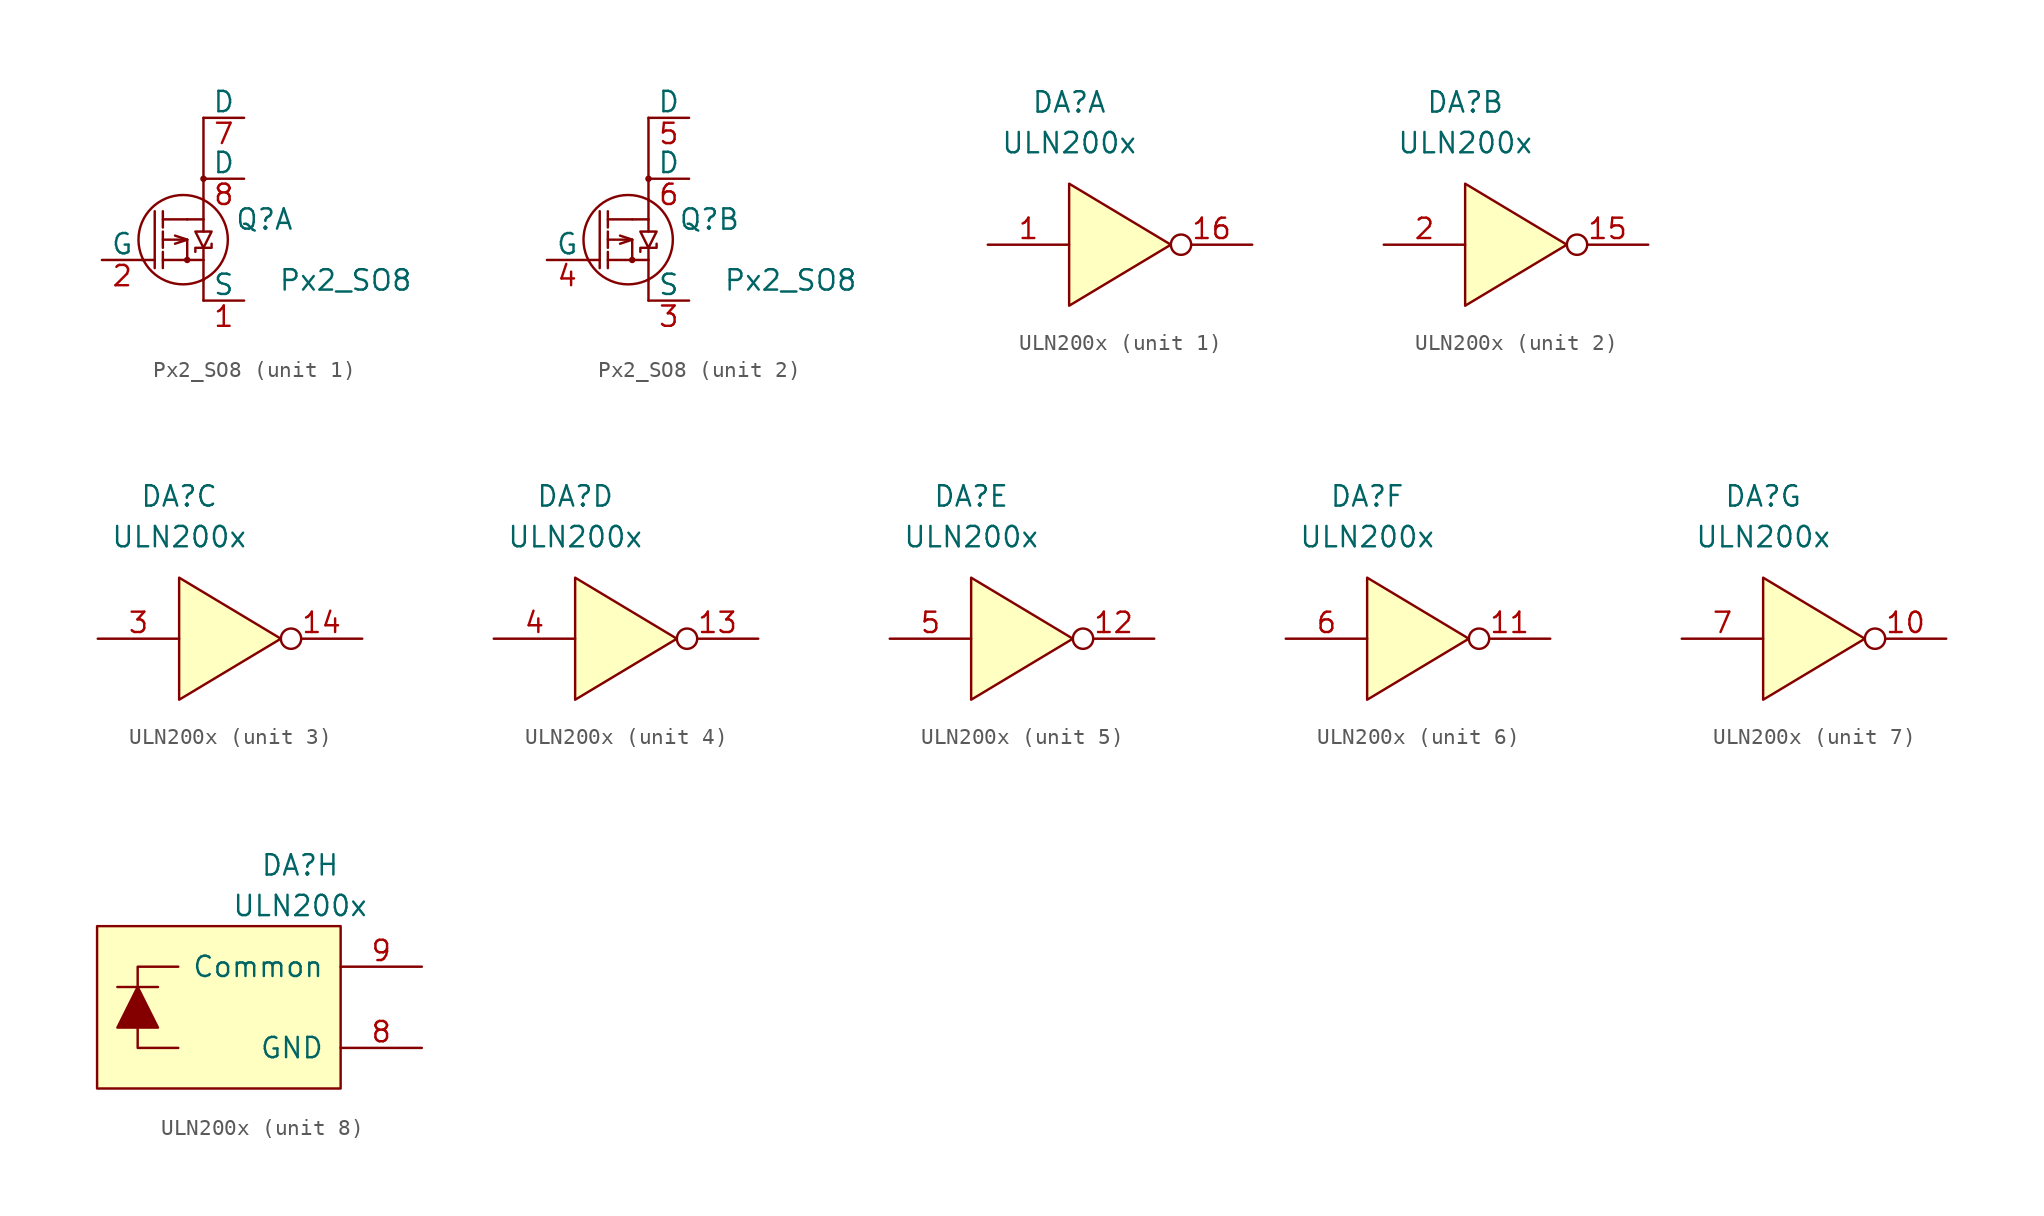
<source format=kicad_sym>
(kicad_symbol_lib
  (version 20211014)
  (generator kicad_symbol_editor)
  (symbol "Px2_SO8"
    (pin_names
      (offset 0))
    (property "Reference" "Q"
      (at 5.08 1.27 0)
      (effects (font (size 1.27 1.27))))
    (property "Value" "Px2_SO8"
      (at 10.16 -2.54 0)
      (effects (font (size 1.27 1.27))))
    (symbol "Px2_SO8_0_1"
      (polyline (pts (xy -1.778 -1.778) (xy -1.778 1.778)) (stroke (width 0) (type default) (color 0 0 0 0)) (fill (type none)))
      (polyline (pts (xy 0.254 0) (xy 0.254 -1.27)) (stroke (width 0) (type default) (color 0 0 0 0)) (fill (type none)))
      (polyline (pts (xy 1.27 -2.54) (xy 1.27 -3.81)) (stroke (width 0) (type default) (color 0 0 0 0)) (fill (type none)))
      (polyline (pts (xy 1.27 1.27) (xy 0.254 1.27)) (stroke (width 0) (type default) (color 0 0 0 0)) (fill (type none)))
      (polyline (pts (xy 1.27 2.54) (xy 1.27 7.62)) (stroke (width 0) (type default) (color 0 0 0 0)) (fill (type none)))
      (polyline (pts (xy -2.54 -1.27) (xy -1.778 -1.27) (xy -1.778 -1.27)) (stroke (width 0) (type default) (color 0 0 0 0)) (fill (type none)))
      (polyline (pts (xy -1.27 -1.778) (xy -1.27 -0.762) (xy -1.27 -0.762)) (stroke (width 0) (type default) (color 0 0 0 0)) (fill (type none)))
      (polyline (pts (xy -1.27 -1.27) (xy 0.254 -1.27) (xy 0.254 -1.27)) (stroke (width 0) (type default) (color 0 0 0 0)) (fill (type none)))
      (polyline (pts (xy -1.27 -0.508) (xy -1.27 0.508) (xy -1.27 0.508)) (stroke (width 0) (type default) (color 0 0 0 0)) (fill (type none)))
      (polyline (pts (xy -1.27 0) (xy 0.254 0) (xy 0.254 0)) (stroke (width 0) (type default) (color 0 0 0 0)) (fill (type none)))
      (polyline (pts (xy -1.27 0.762) (xy -1.27 1.778) (xy -1.27 1.778)) (stroke (width 0) (type default) (color 0 0 0 0)) (fill (type none)))
      (polyline (pts (xy -1.27 1.27) (xy 0.254 1.27) (xy 0.254 1.27)) (stroke (width 0) (type default) (color 0 0 0 0)) (fill (type none)))
      (polyline (pts (xy 0.254 -1.27) (xy 1.27 -1.27) (xy 1.27 -1.27)) (stroke (width 0) (type default) (color 0 0 0 0)) (fill (type none)))
      (polyline (pts (xy 1.27 -2.54) (xy 1.27 -1.27) (xy 1.27 -1.27)) (stroke (width 0) (type default) (color 0 0 0 0)) (fill (type none)))
      (polyline (pts (xy 1.27 -0.508) (xy 1.27 -1.27) (xy 1.27 -1.27)) (stroke (width 0) (type default) (color 0 0 0 0)) (fill (type none)))
      (polyline (pts (xy 1.27 1.27) (xy 1.27 0.508) (xy 1.27 0.508)) (stroke (width 0) (type default) (color 0 0 0 0)) (fill (type none)))
      (polyline (pts (xy 1.27 1.27) (xy 1.27 2.54) (xy 1.27 2.54)) (stroke (width 0) (type default) (color 0 0 0 0)) (fill (type none)))
      (polyline (pts (xy -0.508 -0.254) (xy 0.254 0) (xy -0.508 0.254) (xy -0.508 0.254)) (stroke (width 0) (type default) (color 0 0 0 0)) (fill (type none)))
      (polyline (pts (xy 0.762 -0.762) (xy 0.762 -0.508) (xy 1.778 -0.508) (xy 1.778 -0.254) (xy 1.778 -0.254)) (stroke (width 0) (type default) (color 0 0 0 0)) (fill (type none)))
      (polyline (pts (xy 0.762 0.508) (xy 1.778 0.508) (xy 1.27 -0.508) (xy 0.762 0.508) (xy 0.762 0.508)) (stroke (width 0) (type default) (color 0 0 0 0)) (fill (type none)))
      (circle (center 0 0) (radius 2.794) (stroke (width 0) (type default) (color 0 0 0 0)) (fill (type none)))
      (circle (center 0.254 -1.27) (radius 0.127) (stroke (width 0) (type default) (color 0 0 0 0)) (fill (type none)))
      (circle (center 1.27 3.81) (radius 0.127) (stroke (width 0) (type default) (color 0 0 0 0)) (fill (type none))))
    (symbol "Px2_SO8_1_1"
      (pin passive line (at 3.81 -3.81 180) (length 2.54) (name "S" (effects (font (size 1.27 1.27)))) (number "1" (effects (font (size 1.27 1.27)))))
      (pin passive line (at -5.08 -1.27 0) (length 2.54) (name "G" (effects (font (size 1.27 1.27)))) (number "2" (effects (font (size 1.27 1.27)))))
      (pin passive line (at 3.81 7.62 180) (length 2.54) (name "D" (effects (font (size 1.27 1.27)))) (number "7" (effects (font (size 1.27 1.27)))))
      (pin passive line (at 3.81 3.81 180) (length 2.54) (name "D" (effects (font (size 1.27 1.27)))) (number "8" (effects (font (size 1.27 1.27))))))
    (symbol "Px2_SO8_2_1"
      (pin passive line (at 3.81 -3.81 180) (length 2.54) (name "S" (effects (font (size 1.27 1.27)))) (number "3" (effects (font (size 1.27 1.27)))))
      (pin passive line (at -5.08 -1.27 0) (length 2.54) (name "G" (effects (font (size 1.27 1.27)))) (number "4" (effects (font (size 1.27 1.27)))))
      (pin passive line (at 3.81 7.62 180) (length 2.54) (name "D" (effects (font (size 1.27 1.27)))) (number "5" (effects (font (size 1.27 1.27)))))
      (pin passive line (at 3.81 3.81 180) (length 2.54) (name "D" (effects (font (size 1.27 1.27)))) (number "6" (effects (font (size 1.27 1.27)))))))
  (symbol "ULN200x"
    (pin_names
      (offset 1.016))
    (property "Reference" "DA"
      (at 0 8.89 0)
      (effects (font (size 1.27 1.27))))
    (property "Value" "ULN200x"
      (at 0 6.35 0)
      (effects (font (size 1.27 1.27))))
    (symbol "ULN200x_1_1"
      (polyline (pts (xy 0 0) (xy 0 3.81) (xy 6.35 0) (xy 0 -3.81) (xy 0 0)) (stroke (width 0) (type default) (color 0 0 0 0)) (fill (type background)))
      (pin input line (at -5.08 0 0) (length 5.08) (name "~" (effects (font (size 1.27 1.27)))) (number "1" (effects (font (size 1.27 1.27)))))
      (pin output inverted (at 11.43 0 180) (length 5.08) (name "~" (effects (font (size 1.27 1.27)))) (number "16" (effects (font (size 1.27 1.27))))))
    (symbol "ULN200x_2_1"
      (polyline (pts (xy 0 0) (xy 0 3.81) (xy 6.35 0) (xy 0 -3.81) (xy 0 0)) (stroke (width 0) (type default) (color 0 0 0 0)) (fill (type background)))
      (pin output inverted (at 11.43 0 180) (length 5.08) (name "~" (effects (font (size 1.27 1.27)))) (number "15" (effects (font (size 1.27 1.27)))))
      (pin output line (at -5.08 0 0) (length 5.08) (name "~" (effects (font (size 1.27 1.27)))) (number "2" (effects (font (size 1.27 1.27))))))
    (symbol "ULN200x_3_1"
      (polyline (pts (xy 0 0) (xy 0 3.81) (xy 6.35 0) (xy 0 -3.81) (xy 0 0)) (stroke (width 0) (type default) (color 0 0 0 0)) (fill (type background)))
      (pin output inverted (at 11.43 0 180) (length 5.08) (name "~" (effects (font (size 1.27 1.27)))) (number "14" (effects (font (size 1.27 1.27)))))
      (pin output line (at -5.08 0 0) (length 5.08) (name "~" (effects (font (size 1.27 1.27)))) (number "3" (effects (font (size 1.27 1.27))))))
    (symbol "ULN200x_4_1"
      (polyline (pts (xy 0 0) (xy 0 3.81) (xy 6.35 0) (xy 0 -3.81) (xy 0 0)) (stroke (width 0) (type default) (color 0 0 0 0)) (fill (type background)))
      (pin output inverted (at 11.43 0 180) (length 5.08) (name "~" (effects (font (size 1.27 1.27)))) (number "13" (effects (font (size 1.27 1.27)))))
      (pin output line (at -5.08 0 0) (length 5.08) (name "~" (effects (font (size 1.27 1.27)))) (number "4" (effects (font (size 1.27 1.27))))))
    (symbol "ULN200x_5_1"
      (polyline (pts (xy 0 0) (xy 0 3.81) (xy 6.35 0) (xy 0 -3.81) (xy 0 0)) (stroke (width 0) (type default) (color 0 0 0 0)) (fill (type background)))
      (pin output inverted (at 11.43 0 180) (length 5.08) (name "~" (effects (font (size 1.27 1.27)))) (number "12" (effects (font (size 1.27 1.27)))))
      (pin output line (at -5.08 0 0) (length 5.08) (name "~" (effects (font (size 1.27 1.27)))) (number "5" (effects (font (size 1.27 1.27))))))
    (symbol "ULN200x_6_1"
      (polyline (pts (xy 0 0) (xy 0 3.81) (xy 6.35 0) (xy 0 -3.81) (xy 0 0)) (stroke (width 0) (type default) (color 0 0 0 0)) (fill (type background)))
      (pin output inverted (at 11.43 0 180) (length 5.08) (name "~" (effects (font (size 1.27 1.27)))) (number "11" (effects (font (size 1.27 1.27)))))
      (pin output line (at -5.08 0 0) (length 5.08) (name "~" (effects (font (size 1.27 1.27)))) (number "6" (effects (font (size 1.27 1.27))))))
    (symbol "ULN200x_7_1"
      (polyline (pts (xy 0 0) (xy 0 3.81) (xy 6.35 0) (xy 0 -3.81) (xy 0 0)) (stroke (width 0) (type default) (color 0 0 0 0)) (fill (type background)))
      (pin output inverted (at 11.43 0 180) (length 5.08) (name "~" (effects (font (size 1.27 1.27)))) (number "10" (effects (font (size 1.27 1.27)))))
      (pin output line (at -5.08 0 0) (length 5.08) (name "~" (effects (font (size 1.27 1.27)))) (number "7" (effects (font (size 1.27 1.27))))))
    (symbol "ULN200x_8_1"
      (polyline (pts (xy -11.43 1.27) (xy -8.89 1.27)) (stroke (width 0) (type default) (color 0 0 0 0)) (fill (type none)))
      (polyline (pts (xy -7.62 -2.54) (xy -10.16 -2.54) (xy -10.16 -1.27)) (stroke (width 0) (type default) (color 0 0 0 0)) (fill (type none)))
      (polyline (pts (xy -7.62 2.54) (xy -10.16 2.54) (xy -10.16 1.27)) (stroke (width 0) (type default) (color 0 0 0 0)) (fill (type none)))
      (polyline (pts (xy -10.16 1.27) (xy -8.89 -1.27) (xy -11.43 -1.27) (xy -10.16 1.27)) (stroke (width 0) (type default) (color 0 0 0 0)) (fill (type outline)))
      (rectangle (start 2.54 5.08) (end -12.7 -5.08) (stroke (width 0) (type default) (color 0 0 0 0)) (fill (type background)))
      (pin power_in line (at 7.62 -2.54 180) (length 5.08) (name "GND" (effects (font (size 1.27 1.27)))) (number "8" (effects (font (size 1.27 1.27)))))
      (pin passive line (at 7.62 2.54 180) (length 5.08) (name "Common" (effects (font (size 1.27 1.27)))) (number "9" (effects (font (size 1.27 1.27))))))))
</source>
